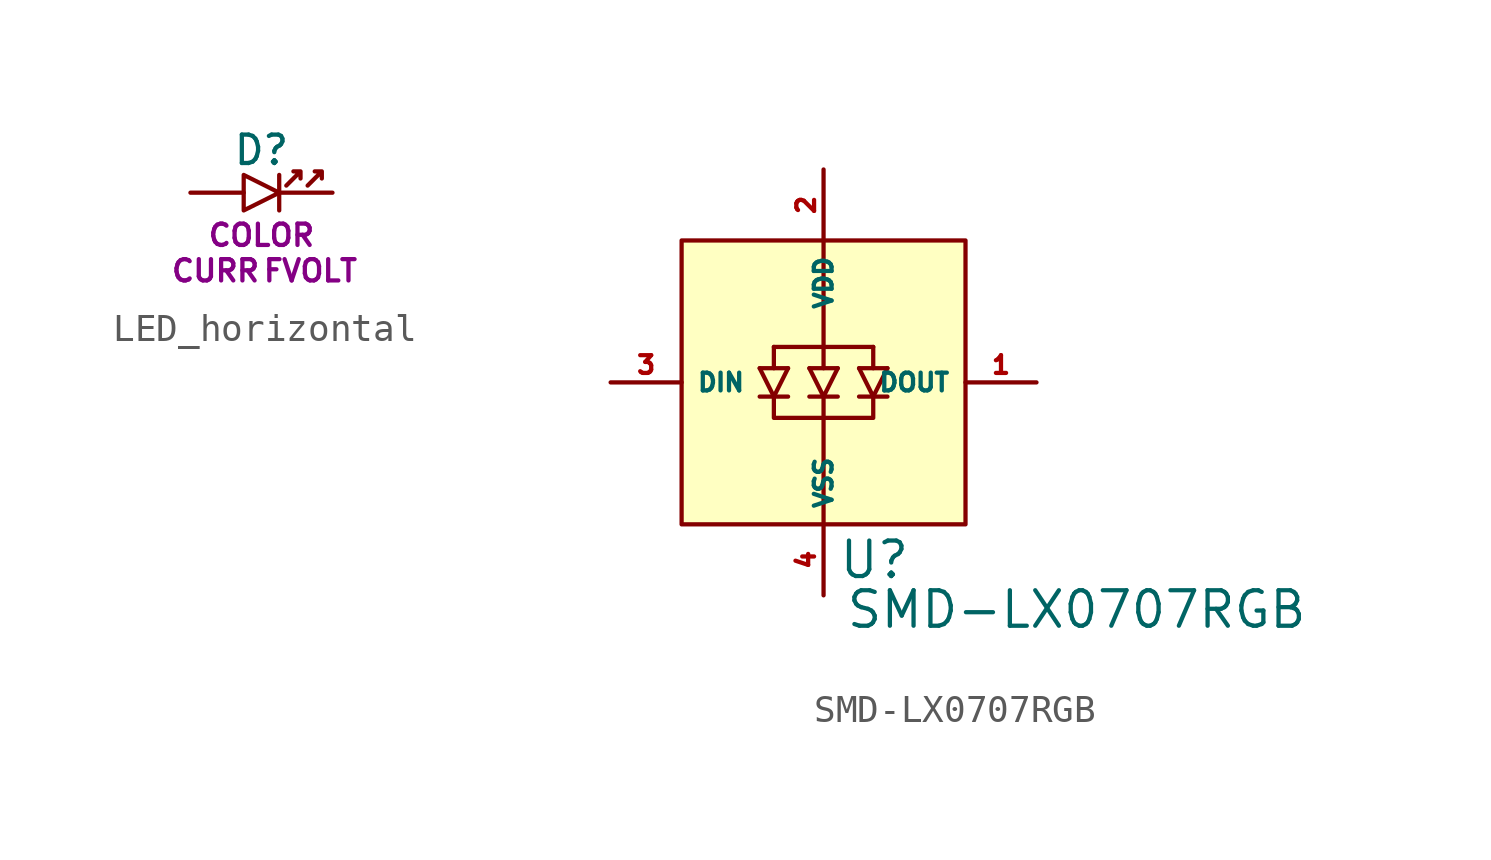
<source format=kicad_sym>
(kicad_symbol_lib
  (version 20231120)
  (generator "kicad_symbol_editor")
  (generator_version "8.0")
  (symbol "LED_horizontal"
    (pin_numbers hide)
    (property "Reference" "D"
      (at 0 1.524 0)
      (do_not_autoplace)
      (effects (font (size 1.016 1.016))))
    (property "Forward Voltage" "FVOLT"
      (at 0 -2.794 0)
      (do_not_autoplace)
      (effects (font (size 0.762 0.762)) (justify left)))
    (property "Current" "CURR"
      (at 0 -2.794 0)
      (do_not_autoplace)
      (effects (font (size 0.762 0.762)) (justify right)))
    (property "Color" "COLOR"
      (at 0 -1.524 0)
      (do_not_autoplace)
      (effects (font (size 0.762 0.762))))
    (symbol "LED_horizontal_0_1"
      (polyline (pts (xy 0.635 0.635) (xy 0.635 -0.635)) (stroke (width 0) (type default)) (fill (type none)))
      (polyline (pts (xy 0.889 0.254) (xy 1.397 0.762) (xy 1.143 0.762) (xy 1.397 0.762) (xy 1.397 0.508)) (stroke (width 0) (type default)) (fill (type none)))
      (polyline (pts (xy 1.651 0.254) (xy 2.159 0.762) (xy 1.905 0.762) (xy 2.159 0.762) (xy 2.159 0.508)) (stroke (width 0) (type default)) (fill (type none))))
    (symbol "LED_horizontal_1_0"
      (pin passive line (at -2.54 0 0) (length 1.905) (name "" (effects (font (size 1.27 1.27)))) (number "1" (effects (font (size 1.27 1.27)))))
      (pin passive line (at 2.54 0 180) (length 1.905) (name "" (effects (font (size 1.27 1.27)))) (number "2" (effects (font (size 1.27 1.27))))))
    (symbol "LED_horizontal_1_1"
      (polyline (pts (xy -0.635 0.635) (xy -0.635 -0.635) (xy 0.635 0) (xy -0.635 0.635)) (stroke (width 0.152) (type default)) (fill (type none)))))
  (symbol "SMD-LX0707RGB"
    (property "Reference" "U"
      (at 0.508 -6.35 0)
      (effects (font (size 1.27 1.27)) (justify left)))
    (property "Value" "SMD-LX0707RGB"
      (at 0.762 -8.128 0)
      (effects (font (size 1.27 1.27)) (justify left)))
    (symbol "SMD-LX0707RGB_0_1"
      (rectangle (start -5.08 5.08) (end 5.08 -5.08) (stroke (width 0) (type default)) (fill (type background)))
      (polyline (pts (xy -2.286 -0.508) (xy -1.27 -0.508)) (stroke (width 0) (type default)) (fill (type none)))
      (polyline (pts (xy -1.778 1.27) (xy -1.778 0.508)) (stroke (width 0) (type default)) (fill (type none)))
      (polyline (pts (xy -1.27 0.508) (xy -2.286 0.508)) (stroke (width 0) (type default)) (fill (type none)))
      (polyline (pts (xy -0.508 -0.508) (xy 0.508 -0.508)) (stroke (width 0) (type default)) (fill (type none)))
      (polyline (pts (xy 0 -1.27) (xy 0 -5.08)) (stroke (width 0) (type default)) (fill (type none)))
      (polyline (pts (xy 0 -0.508) (xy 0 -1.27)) (stroke (width 0) (type default)) (fill (type none)))
      (polyline (pts (xy 0 1.27) (xy -1.778 1.27)) (stroke (width 0) (type default)) (fill (type none)))
      (polyline (pts (xy 0 1.27) (xy 0 0.508)) (stroke (width 0) (type default)) (fill (type none)))
      (polyline (pts (xy 0 1.27) (xy 1.778 1.27)) (stroke (width 0) (type default)) (fill (type none)))
      (polyline (pts (xy 0 5.08) (xy 0 1.27)) (stroke (width 0) (type default)) (fill (type none)))
      (polyline (pts (xy 0.508 0.508) (xy -0.508 0.508)) (stroke (width 0) (type default)) (fill (type none)))
      (polyline (pts (xy 1.27 -0.508) (xy 2.286 -0.508)) (stroke (width 0) (type default)) (fill (type none)))
      (polyline (pts (xy 1.778 1.27) (xy 1.778 0.508)) (stroke (width 0) (type default)) (fill (type none)))
      (polyline (pts (xy 2.286 0.508) (xy 1.27 0.508)) (stroke (width 0) (type default)) (fill (type none)))
      (polyline (pts (xy -1.27 0.508) (xy -1.778 -0.508) (xy -2.286 0.508)) (stroke (width 0) (type default)) (fill (type none)))
      (polyline (pts (xy 0.508 0.508) (xy 0 -0.508) (xy -0.508 0.508)) (stroke (width 0) (type default)) (fill (type none)))
      (polyline (pts (xy 2.286 0.508) (xy 1.778 -0.508) (xy 1.27 0.508)) (stroke (width 0) (type default)) (fill (type none)))
      (polyline (pts (xy -1.778 -0.508) (xy -1.778 -1.27) (xy 1.778 -1.27) (xy 1.778 -0.508)) (stroke (width 0) (type default)) (fill (type none))))
    (symbol "SMD-LX0707RGB_1_1"
      (pin output line (at 7.62 0 180) (length 2.54) (name "DOUT" (effects (font (size 0.635 0.635)))) (number "1" (effects (font (size 0.635 0.635)))))
      (pin power_in line (at 0 7.62 270) (length 2.54) (name "VDD" (effects (font (size 0.635 0.635)))) (number "2" (effects (font (size 0.635 0.635)))))
      (pin input line (at -7.62 0 0) (length 2.54) (name "DIN" (effects (font (size 0.635 0.635)))) (number "3" (effects (font (size 0.635 0.635)))))
      (pin passive line (at 0 -7.62 90) (length 2.54) (name "VSS" (effects (font (size 0.635 0.635)))) (number "4" (effects (font (size 0.635 0.635))))))))
</source>
